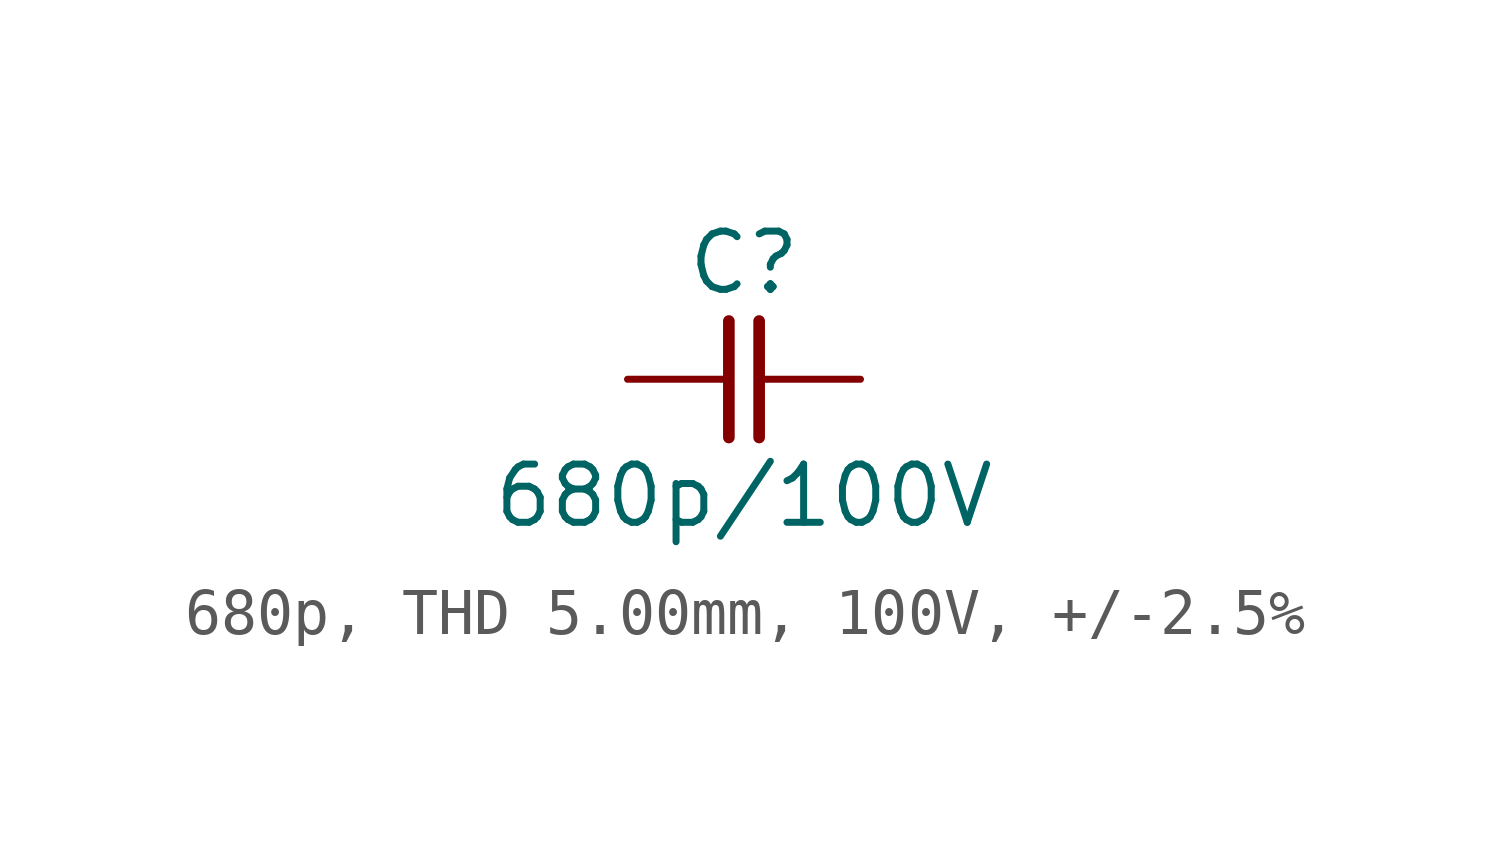
<source format=kicad_sym>
(kicad_symbol_lib
  (version 20241209)
  (generator "kicad_symbol_editor")
  (generator_version "9.0")
  (symbol "680p, THD 5.00mm, 100V, +/-2.5%"
    (pin_numbers
      (hide yes))
    (pin_names
      (offset 0)
      (hide yes))
    (property "Reference" "C"
      (at 0 2.54 0)
      (effects (font (size 1.27 1.27))))
    (property "Value" "680p/100V"
      (at 0 -2.54 0)
      (effects (font (size 1.27 1.27))))
    (symbol "680p, THD 5.00mm, 100V, +/-2.5%_0_1"
      (polyline (pts (xy -0.33 1.27) (xy -0.33 -1.27)) (stroke (width 0.254) (type default)) (fill (type none)))
      (polyline (pts (xy 0.33 1.27) (xy 0.33 -1.27)) (stroke (width 0.254) (type default)) (fill (type none))))
    (symbol "680p, THD 5.00mm, 100V, +/-2.5%_1_1"
      (pin passive line (at -2.54 0 0) (length 2.21) (name "1" (effects (font (size 1.27 1.27)))) (number "1" (effects (font (size 1.27 1.27)))))
      (pin passive line (at 2.54 0 180) (length 2.21) (name "2" (effects (font (size 1.27 1.27)))) (number "2" (effects (font (size 1.27 1.27))))))))
</source>
